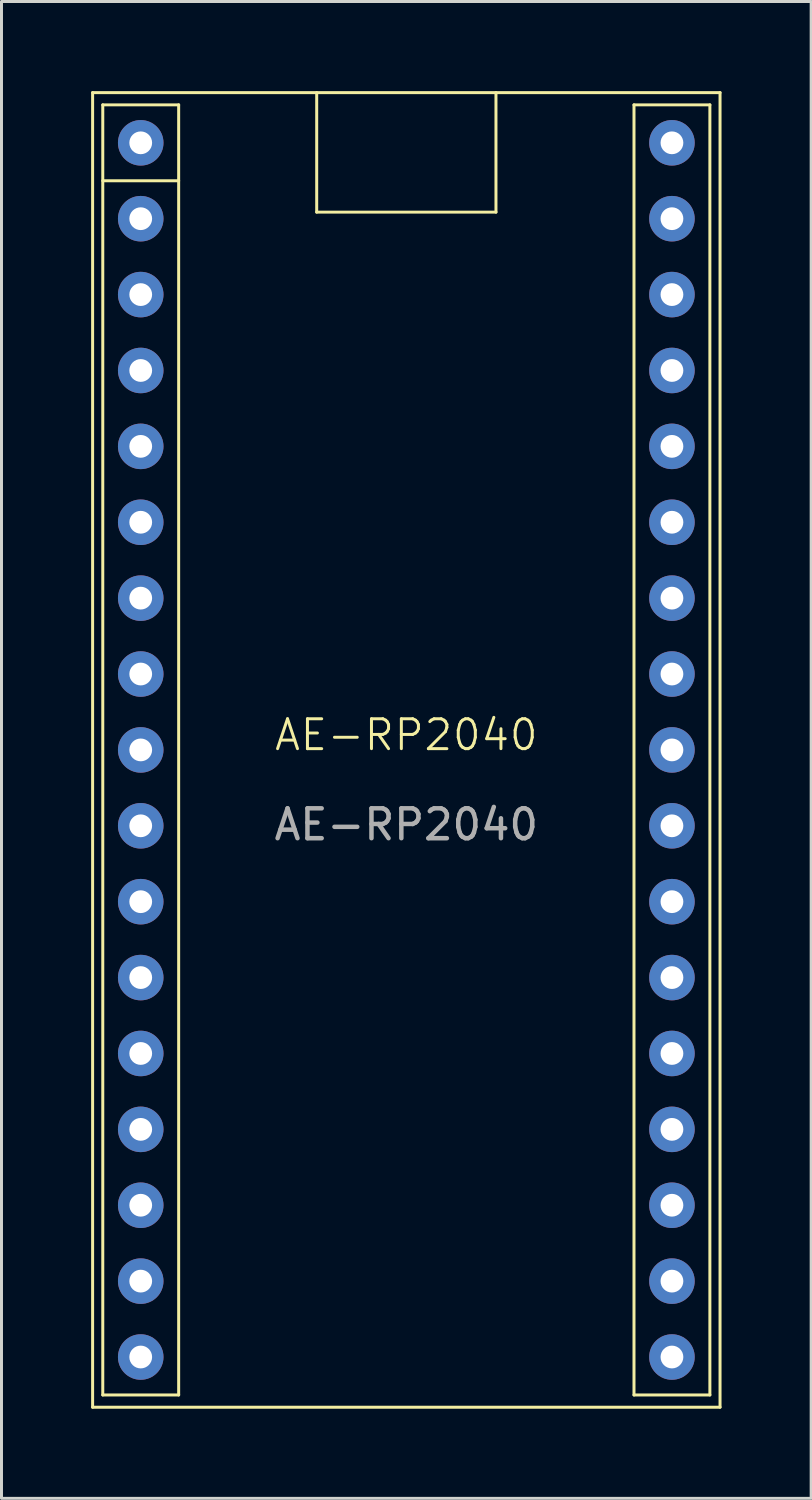
<source format=kicad_pcb>
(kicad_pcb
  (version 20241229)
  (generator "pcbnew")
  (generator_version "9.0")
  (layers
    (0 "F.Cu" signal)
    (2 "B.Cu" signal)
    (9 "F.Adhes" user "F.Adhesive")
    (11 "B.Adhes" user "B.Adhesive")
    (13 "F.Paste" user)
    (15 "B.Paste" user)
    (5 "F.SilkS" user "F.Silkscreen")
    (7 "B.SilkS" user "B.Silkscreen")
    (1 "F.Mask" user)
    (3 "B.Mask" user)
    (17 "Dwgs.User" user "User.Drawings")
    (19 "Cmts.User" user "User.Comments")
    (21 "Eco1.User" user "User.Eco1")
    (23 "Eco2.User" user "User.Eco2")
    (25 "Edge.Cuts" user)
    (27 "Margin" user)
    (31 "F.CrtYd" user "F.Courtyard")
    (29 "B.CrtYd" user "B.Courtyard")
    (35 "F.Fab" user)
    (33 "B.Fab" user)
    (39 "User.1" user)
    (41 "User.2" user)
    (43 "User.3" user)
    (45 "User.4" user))
  (footprint "AE-RP2040"
    (layer "F.Cu")
    (at 10.55 22.05)
    (property "Reference" "AE-RP2040" (at 0 -0.5 0) (unlocked yes) (layer "F.SilkS") (effects (font (size 1 1) (thickness 0.1))))
    (attr through_hole)
    (fp_line (start -10.5 -22) (end -10.5 22) (stroke (width 0.1) (type default)) (layer "F.SilkS"))
    (fp_line (start -10.5 22) (end 10.5 22) (stroke (width 0.1) (type default)) (layer "F.SilkS"))
    (fp_line (start -10.16 -21.59) (end -7.62 -21.59) (stroke (width 0.1) (type default)) (layer "F.SilkS"))
    (fp_line (start -10.16 -19.05) (end -7.62 -19.05) (stroke (width 0.1) (type default)) (layer "F.SilkS"))
    (fp_line (start -10.16 21.59) (end -10.16 -21.59) (stroke (width 0.1) (type default)) (layer "F.SilkS"))
    (fp_line (start -7.62 -21.59) (end -7.62 21.59) (stroke (width 0.1) (type default)) (layer "F.SilkS"))
    (fp_line (start -7.62 21.59) (end -10.16 21.59) (stroke (width 0.1) (type default)) (layer "F.SilkS"))
    (fp_line (start -3 -22) (end -3 -18) (stroke (width 0.1) (type default)) (layer "F.SilkS"))
    (fp_line (start -3 -18) (end 3 -18) (stroke (width 0.1) (type default)) (layer "F.SilkS"))
    (fp_line (start 3 -18) (end 3 -22) (stroke (width 0.1) (type default)) (layer "F.SilkS"))
    (fp_line (start 7.62 -21.59) (end 7.62 21.59) (stroke (width 0.1) (type default)) (layer "F.SilkS"))
    (fp_line (start 7.62 21.59) (end 10.16 21.59) (stroke (width 0.1) (type default)) (layer "F.SilkS"))
    (fp_line (start 10.16 -21.59) (end 7.62 -21.59) (stroke (width 0.1) (type default)) (layer "F.SilkS"))
    (fp_line (start 10.16 21.59) (end 10.16 -21.59) (stroke (width 0.1) (type default)) (layer "F.SilkS"))
    (fp_line (start 10.5 -22) (end -10.5 -22) (stroke (width 0.1) (type default)) (layer "F.SilkS"))
    (fp_line (start 10.5 22) (end 10.5 -22) (stroke (width 0.1) (type default)) (layer "F.SilkS"))
    (fp_text user "${REFERENCE}" (at 0 2.5 0) (unlocked yes) (layer "F.Fab") (effects (font (size 1 1) (thickness 0.15))))
    (pad "1" thru_hole circle (at -8.89 -20.32) (size 1.524 1.524) (drill 0.762) (layers "*.Cu" "*.Mask"))
    (pad "2" thru_hole circle (at -8.89 -17.78) (size 1.524 1.524) (drill 0.762) (layers "*.Cu" "*.Mask"))
    (pad "3" thru_hole circle (at -8.89 -15.24) (size 1.524 1.524) (drill 0.762) (layers "*.Cu" "*.Mask"))
    (pad "4" thru_hole circle (at -8.89 -12.7) (size 1.524 1.524) (drill 0.762) (layers "*.Cu" "*.Mask"))
    (pad "5" thru_hole circle (at -8.89 -10.16) (size 1.524 1.524) (drill 0.762) (layers "*.Cu" "*.Mask"))
    (pad "6" thru_hole circle (at -8.89 -7.62) (size 1.524 1.524) (drill 0.762) (layers "*.Cu" "*.Mask"))
    (pad "7" thru_hole circle (at -8.89 -5.08) (size 1.524 1.524) (drill 0.762) (layers "*.Cu" "*.Mask"))
    (pad "8" thru_hole circle (at -8.89 -2.54) (size 1.524 1.524) (drill 0.762) (layers "*.Cu" "*.Mask"))
    (pad "9" thru_hole circle (at -8.89 0) (size 1.524 1.524) (drill 0.762) (layers "*.Cu" "*.Mask"))
    (pad "10" thru_hole circle (at -8.89 2.54) (size 1.524 1.524) (drill 0.762) (layers "*.Cu" "*.Mask"))
    (pad "11" thru_hole circle (at -8.89 5.08) (size 1.524 1.524) (drill 0.762) (layers "*.Cu" "*.Mask"))
    (pad "12" thru_hole circle (at -8.89 7.62) (size 1.524 1.524) (drill 0.762) (layers "*.Cu" "*.Mask"))
    (pad "13" thru_hole circle (at -8.89 10.16) (size 1.524 1.524) (drill 0.762) (layers "*.Cu" "*.Mask"))
    (pad "14" thru_hole circle (at -8.89 12.7) (size 1.524 1.524) (drill 0.762) (layers "*.Cu" "*.Mask"))
    (pad "15" thru_hole circle (at -8.89 15.24) (size 1.524 1.524) (drill 0.762) (layers "*.Cu" "*.Mask"))
    (pad "16" thru_hole circle (at -8.89 17.78) (size 1.524 1.524) (drill 0.762) (layers "*.Cu" "*.Mask"))
    (pad "17" thru_hole circle (at -8.89 20.32) (size 1.524 1.524) (drill 0.762) (layers "*.Cu" "*.Mask"))
    (pad "18" thru_hole circle (at 8.89 20.32) (size 1.524 1.524) (drill 0.762) (layers "*.Cu" "*.Mask"))
    (pad "19" thru_hole circle (at 8.89 17.78) (size 1.524 1.524) (drill 0.762) (layers "*.Cu" "*.Mask"))
    (pad "20" thru_hole circle (at 8.89 15.24) (size 1.524 1.524) (drill 0.762) (layers "*.Cu" "*.Mask"))
    (pad "21" thru_hole circle (at 8.89 12.7) (size 1.524 1.524) (drill 0.762) (layers "*.Cu" "*.Mask"))
    (pad "22" thru_hole circle (at 8.89 10.16) (size 1.524 1.524) (drill 0.762) (layers "*.Cu" "*.Mask"))
    (pad "23" thru_hole circle (at 8.89 7.62) (size 1.524 1.524) (drill 0.762) (layers "*.Cu" "*.Mask"))
    (pad "24" thru_hole circle (at 8.89 5.08) (size 1.524 1.524) (drill 0.762) (layers "*.Cu" "*.Mask"))
    (pad "25" thru_hole circle (at 8.89 2.54) (size 1.524 1.524) (drill 0.762) (layers "*.Cu" "*.Mask"))
    (pad "26" thru_hole circle (at 8.89 0) (size 1.524 1.524) (drill 0.762) (layers "*.Cu" "*.Mask"))
    (pad "27" thru_hole circle (at 8.89 -2.54) (size 1.524 1.524) (drill 0.762) (layers "*.Cu" "*.Mask"))
    (pad "28" thru_hole circle (at 8.89 -5.08) (size 1.524 1.524) (drill 0.762) (layers "*.Cu" "*.Mask"))
    (pad "29" thru_hole circle (at 8.89 -7.62) (size 1.524 1.524) (drill 0.762) (layers "*.Cu" "*.Mask"))
    (pad "30" thru_hole circle (at 8.89 -10.16) (size 1.524 1.524) (drill 0.762) (layers "*.Cu" "*.Mask"))
    (pad "31" thru_hole circle (at 8.89 -12.7) (size 1.524 1.524) (drill 0.762) (layers "*.Cu" "*.Mask"))
    (pad "32" thru_hole circle (at 8.89 -15.24) (size 1.524 1.524) (drill 0.762) (layers "*.Cu" "*.Mask"))
    (pad "33" thru_hole circle (at 8.89 -17.78) (size 1.524 1.524) (drill 0.762) (layers "*.Cu" "*.Mask"))
    (pad "34" thru_hole circle (at 8.89 -20.32) (size 1.524 1.524) (drill 0.762) (layers "*.Cu" "*.Mask")))
  (gr_rect
    (start -3 -3)
    (end 24.1 47.1)
    (stroke (width 0.1) (type default))
    (fill no)
    (layer "Edge.Cuts")))
</source>
